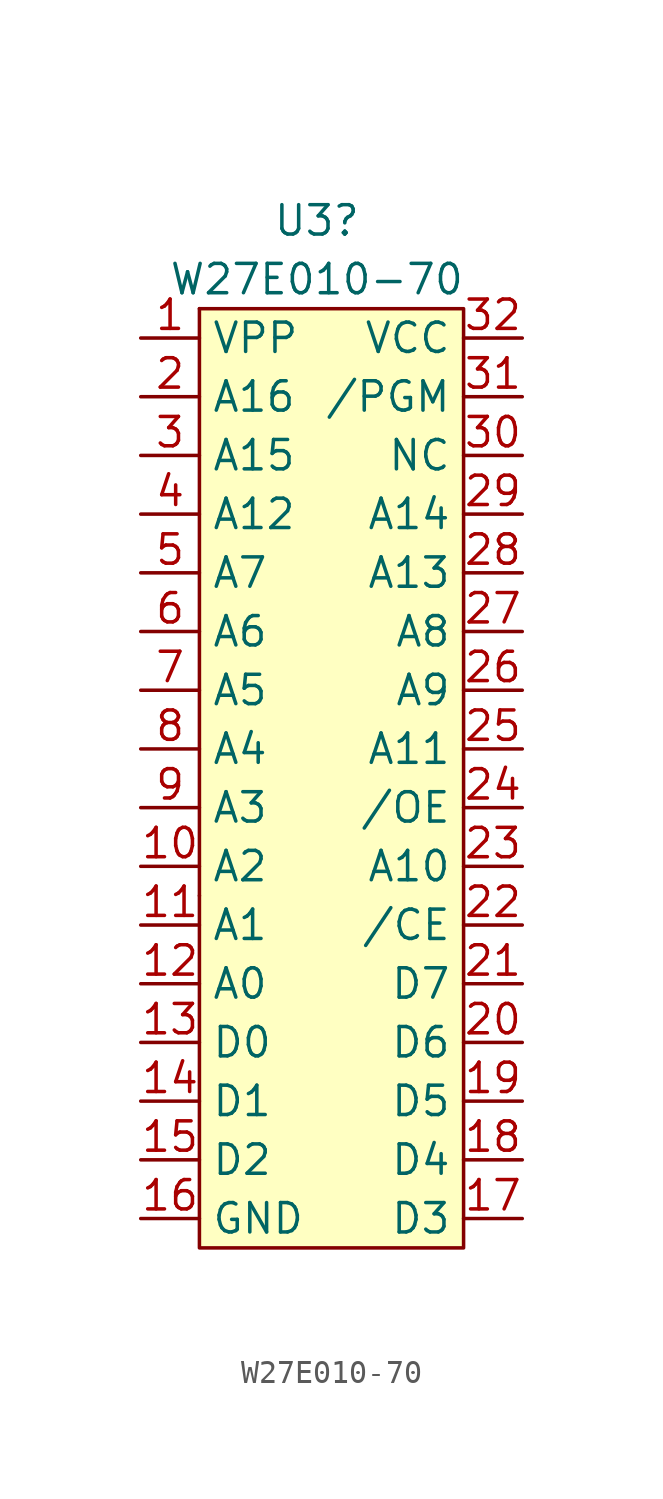
<source format=kicad_sym>
(kicad_symbol_lib
  (version 20211014)
  (generator kicad_symbol_editor)
  (symbol "W27E010-70"
    (property "Reference" "U3"
      (at 5.08 44.45 0)
      (effects (font (size 1.27 1.27))))
    (property "Value" "W27E010-70"
      (at 5.08 41.91 0)
      (effects (font (size 1.27 1.27))))
    (symbol "W27E010-70_0_1"
      (rectangle (start 0 15.24) (end 0 15.24) (stroke (width 0) (type default) (color 0 0 0 0)) (fill (type none)))
      (rectangle (start 0 40.64) (end 0 40.64) (stroke (width 0) (type default) (color 0 0 0 0)) (fill (type none)))
      (rectangle (start 0 40.64) (end 11.43 0) (stroke (width 0) (type default) (color 0 0 0 0)) (fill (type background))))
    (symbol "W27E010-70_1_1"
      (pin power_in line (at -2.54 39.37 0) (length 2.54) (name "VPP" (effects (font (size 1.27 1.27)))) (number "1" (effects (font (size 1.27 1.27)))))
      (pin input line (at -2.54 16.51 0) (length 2.54) (name "A2" (effects (font (size 1.27 1.27)))) (number "10" (effects (font (size 1.27 1.27)))))
      (pin input line (at -2.54 13.97 0) (length 2.54) (name "A1" (effects (font (size 1.27 1.27)))) (number "11" (effects (font (size 1.27 1.27)))))
      (pin input line (at -2.54 11.43 0) (length 2.54) (name "A0" (effects (font (size 1.27 1.27)))) (number "12" (effects (font (size 1.27 1.27)))))
      (pin tri_state line (at -2.54 8.89 0) (length 2.54) (name "D0" (effects (font (size 1.27 1.27)))) (number "13" (effects (font (size 1.27 1.27)))))
      (pin tri_state line (at -2.54 6.35 0) (length 2.54) (name "D1" (effects (font (size 1.27 1.27)))) (number "14" (effects (font (size 1.27 1.27)))))
      (pin tri_state line (at -2.54 3.81 0) (length 2.54) (name "D2" (effects (font (size 1.27 1.27)))) (number "15" (effects (font (size 1.27 1.27)))))
      (pin power_in line (at -2.54 1.27 0) (length 2.54) (name "GND" (effects (font (size 1.27 1.27)))) (number "16" (effects (font (size 1.27 1.27)))))
      (pin tri_state line (at 13.97 1.27 180) (length 2.54) (name "D3" (effects (font (size 1.27 1.27)))) (number "17" (effects (font (size 1.27 1.27)))))
      (pin tri_state line (at 13.97 3.81 180) (length 2.54) (name "D4" (effects (font (size 1.27 1.27)))) (number "18" (effects (font (size 1.27 1.27)))))
      (pin tri_state line (at 13.97 6.35 180) (length 2.54) (name "D5" (effects (font (size 1.27 1.27)))) (number "19" (effects (font (size 1.27 1.27)))))
      (pin input line (at -2.54 36.83 0) (length 2.54) (name "A16" (effects (font (size 1.27 1.27)))) (number "2" (effects (font (size 1.27 1.27)))))
      (pin tri_state line (at 13.97 8.89 180) (length 2.54) (name "D6" (effects (font (size 1.27 1.27)))) (number "20" (effects (font (size 1.27 1.27)))))
      (pin tri_state line (at 13.97 11.43 180) (length 2.54) (name "D7" (effects (font (size 1.27 1.27)))) (number "21" (effects (font (size 1.27 1.27)))))
      (pin input line (at 13.97 13.97 180) (length 2.54) (name "/CE" (effects (font (size 1.27 1.27)))) (number "22" (effects (font (size 1.27 1.27)))))
      (pin input line (at 13.97 16.51 180) (length 2.54) (name "A10" (effects (font (size 1.27 1.27)))) (number "23" (effects (font (size 1.27 1.27)))))
      (pin input line (at 13.97 19.05 180) (length 2.54) (name "/OE" (effects (font (size 1.27 1.27)))) (number "24" (effects (font (size 1.27 1.27)))))
      (pin input line (at 13.97 21.59 180) (length 2.54) (name "A11" (effects (font (size 1.27 1.27)))) (number "25" (effects (font (size 1.27 1.27)))))
      (pin input line (at 13.97 24.13 180) (length 2.54) (name "A9" (effects (font (size 1.27 1.27)))) (number "26" (effects (font (size 1.27 1.27)))))
      (pin input line (at 13.97 26.67 180) (length 2.54) (name "A8" (effects (font (size 1.27 1.27)))) (number "27" (effects (font (size 1.27 1.27)))))
      (pin input line (at 13.97 29.21 180) (length 2.54) (name "A13" (effects (font (size 1.27 1.27)))) (number "28" (effects (font (size 1.27 1.27)))))
      (pin input line (at 13.97 31.75 180) (length 2.54) (name "A14" (effects (font (size 1.27 1.27)))) (number "29" (effects (font (size 1.27 1.27)))))
      (pin input line (at -2.54 34.29 0) (length 2.54) (name "A15" (effects (font (size 1.27 1.27)))) (number "3" (effects (font (size 1.27 1.27)))))
      (pin input line (at 13.97 34.29 180) (length 2.54) (name "NC" (effects (font (size 1.27 1.27)))) (number "30" (effects (font (size 1.27 1.27)))))
      (pin input line (at 13.97 36.83 180) (length 2.54) (name "/PGM" (effects (font (size 1.27 1.27)))) (number "31" (effects (font (size 1.27 1.27)))))
      (pin power_in line (at 13.97 39.37 180) (length 2.54) (name "VCC" (effects (font (size 1.27 1.27)))) (number "32" (effects (font (size 1.27 1.27)))))
      (pin input line (at -2.54 31.75 0) (length 2.54) (name "A12" (effects (font (size 1.27 1.27)))) (number "4" (effects (font (size 1.27 1.27)))))
      (pin input line (at -2.54 29.21 0) (length 2.54) (name "A7" (effects (font (size 1.27 1.27)))) (number "5" (effects (font (size 1.27 1.27)))))
      (pin input line (at -2.54 26.67 0) (length 2.54) (name "A6" (effects (font (size 1.27 1.27)))) (number "6" (effects (font (size 1.27 1.27)))))
      (pin input line (at -2.54 24.13 0) (length 2.54) (name "A5" (effects (font (size 1.27 1.27)))) (number "7" (effects (font (size 1.27 1.27)))))
      (pin input line (at -2.54 21.59 0) (length 2.54) (name "A4" (effects (font (size 1.27 1.27)))) (number "8" (effects (font (size 1.27 1.27)))))
      (pin input line (at -2.54 19.05 0) (length 2.54) (name "A3" (effects (font (size 1.27 1.27)))) (number "9" (effects (font (size 1.27 1.27))))))))
</source>
